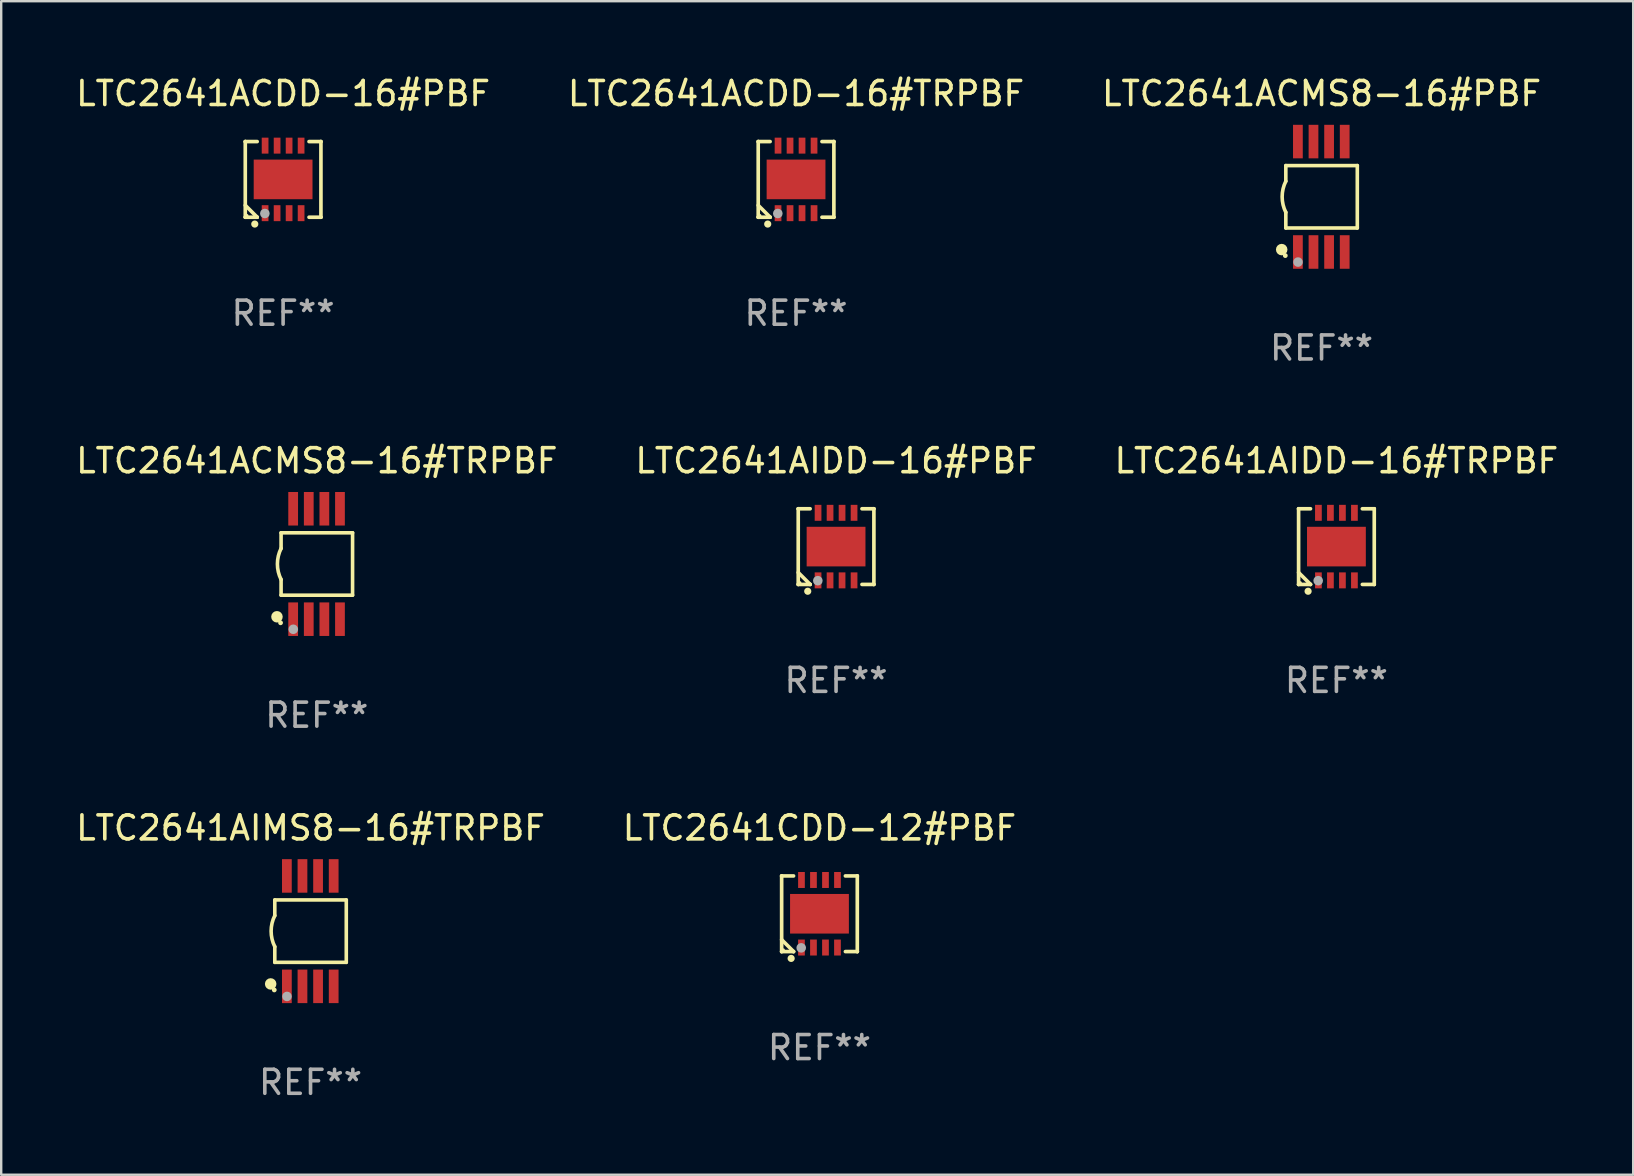
<source format=kicad_pcb>
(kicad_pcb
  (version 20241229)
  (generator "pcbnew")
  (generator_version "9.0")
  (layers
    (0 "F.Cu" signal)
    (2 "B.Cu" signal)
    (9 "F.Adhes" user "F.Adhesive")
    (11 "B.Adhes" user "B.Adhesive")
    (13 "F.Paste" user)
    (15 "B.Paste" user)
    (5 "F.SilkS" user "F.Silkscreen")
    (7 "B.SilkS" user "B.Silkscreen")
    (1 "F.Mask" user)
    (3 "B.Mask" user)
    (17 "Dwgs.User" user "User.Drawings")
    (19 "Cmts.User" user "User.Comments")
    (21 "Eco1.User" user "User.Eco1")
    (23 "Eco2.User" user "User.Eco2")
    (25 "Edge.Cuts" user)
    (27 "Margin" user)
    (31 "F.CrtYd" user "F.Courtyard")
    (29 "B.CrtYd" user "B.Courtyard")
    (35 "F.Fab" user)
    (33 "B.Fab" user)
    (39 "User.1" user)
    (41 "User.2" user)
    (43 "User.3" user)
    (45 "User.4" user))
  (footprint "LTC2641AIMS8-16#TRPBF"
    (layer "F.Cu")
    (at 9.887 35.741)
    (property "Reference" "LTC2641AIMS8-16#TRPBF" (at 0 -4.3 0) (layer "F.SilkS") (effects (font (size 1 1) (thickness 0.15))))
    (attr through_hole)
    (fp_line (start -1.489 -1.3) (end -1.489 -0.648) (stroke (width 0.15) (type solid)) (layer "F.SilkS"))
    (fp_line (start -1.489 0.648) (end -1.489 1.3) (stroke (width 0.15) (type solid)) (layer "F.SilkS"))
    (fp_line (start -1.489 1.3) (end 1.489 1.3) (stroke (width 0.15) (type solid)) (layer "F.SilkS"))
    (fp_line (start 1.489 -1.3) (end -1.489 -1.3) (stroke (width 0.15) (type solid)) (layer "F.SilkS"))
    (fp_line (start 1.489 1.3) (end 1.489 -1.3) (stroke (width 0.15) (type solid)) (layer "F.SilkS"))
    (fp_arc (start -1.489205 0.647702) (mid -1.642107 0) (end -1.489205 -0.647701) (stroke (width 0.150013) (type solid)) (layer "F.SilkS"))
    (fp_circle (center -1.661 2.2) (end -1.541 2.2) (stroke (width 0.24) (type solid)) (fill no) (layer "F.SilkS"))
    (fp_circle (center -1.511 2.45) (end -1.461 2.45) (stroke (width 0.1) (type solid)) (fill no) (layer "F.SilkS"))
    (fp_circle (center -0.981 2.72) (end -0.881 2.72) (stroke (width 0.2) (type solid)) (fill no) (layer "F.Fab"))
    (fp_text user "REF**" (at 0 6.3 0) (layer "F.Fab") (effects (font (size 1 1) (thickness 0.15))))
    (pad "1" smd rect (at -0.986 2.3) (size 0.406 1.397) (layers "F.Cu" "F.Mask" "F.Paste"))
    (pad "2" smd rect (at -0.336 2.3) (size 0.406 1.397) (layers "F.Cu" "F.Mask" "F.Paste"))
    (pad "3" smd rect (at 0.314 2.3) (size 0.406 1.397) (layers "F.Cu" "F.Mask" "F.Paste"))
    (pad "4" smd rect (at 0.964 2.3) (size 0.406 1.397) (layers "F.Cu" "F.Mask" "F.Paste"))
    (pad "5" smd rect (at 0.964 -2.3) (size 0.406 1.397) (layers "F.Cu" "F.Mask" "F.Paste"))
    (pad "6" smd rect (at 0.314 -2.3) (size 0.406 1.397) (layers "F.Cu" "F.Mask" "F.Paste"))
    (pad "7" smd rect (at -0.336 -2.3) (size 0.406 1.397) (layers "F.Cu" "F.Mask" "F.Paste"))
    (pad "8" smd rect (at -0.986 -2.3) (size 0.406 1.397) (layers "F.Cu" "F.Mask" "F.Paste")))
  (footprint "LTC2641ACDD-16#PBF"
    (layer "F.Cu")
    (at 8.744 4.424)
    (property "Reference" "LTC2641ACDD-16#PBF" (at 0 -3.576 0) (layer "F.SilkS") (effects (font (size 1 1) (thickness 0.15))))
    (attr through_hole)
    (fp_line (start -1.576 -1.576) (end -1.576 -1.576) (stroke (width 0.152) (type solid)) (layer "F.SilkS"))
    (fp_line (start -1.576 -1.576) (end -1.08 -1.576) (stroke (width 0.152) (type solid)) (layer "F.SilkS"))
    (fp_line (start -1.576 1.576) (end -1.576 -1.576) (stroke (width 0.152) (type solid)) (layer "F.SilkS"))
    (fp_line (start -1.576 1.576) (end -1.576 1.576) (stroke (width 0.152) (type solid)) (layer "F.SilkS"))
    (fp_line (start -1.08 1.575) (end -1.576 1.079) (stroke (width 0.152) (type solid)) (layer "F.SilkS"))
    (fp_line (start -1.08 1.576) (end -1.576 1.576) (stroke (width 0.152) (type solid)) (layer "F.SilkS"))
    (fp_line (start -1.08 1.576) (end -1.08 1.575) (stroke (width 0.152) (type solid)) (layer "F.SilkS"))
    (fp_line (start 1.08 1.576) (end 1.576 1.576) (stroke (width 0.152) (type solid)) (layer "F.SilkS"))
    (fp_line (start 1.576 -1.576) (end 1.08 -1.576) (stroke (width 0.152) (type solid)) (layer "F.SilkS"))
    (fp_line (start 1.576 -1.576) (end 1.576 -1.576) (stroke (width 0.152) (type solid)) (layer "F.SilkS"))
    (fp_line (start 1.576 1.576) (end 1.576 -1.576) (stroke (width 0.152) (type solid)) (layer "F.SilkS"))
    (fp_line (start 1.576 1.576) (end 1.576 1.576) (stroke (width 0.152) (type solid)) (layer "F.SilkS"))
    (fp_circle (center -1.5 1.5) (end -1.47 1.5) (stroke (width 0.06) (type solid)) (fill no) (layer "F.SilkS"))
    (fp_circle (center -1.18 1.86) (end -1.105 1.86) (stroke (width 0.15) (type solid)) (fill no) (layer "F.SilkS"))
    (fp_circle (center -0.76 1.42) (end -0.66 1.42) (stroke (width 0.2) (type solid)) (fill no) (layer "F.Fab"))
    (fp_text user "REF**" (at 0 5.576 0) (layer "F.Fab") (effects (font (size 1 1) (thickness 0.15))))
    (pad "1" smd rect (at -0.75 1.407) (size 0.28 0.665) (layers "F.Cu" "F.Mask" "F.Paste"))
    (pad "2" smd rect (at -0.25 1.407) (size 0.28 0.665) (layers "F.Cu" "F.Mask" "F.Paste"))
    (pad "3" smd rect (at 0.25 1.407) (size 0.28 0.665) (layers "F.Cu" "F.Mask" "F.Paste"))
    (pad "4" smd rect (at 0.75 1.407) (size 0.28 0.665) (layers "F.Cu" "F.Mask" "F.Paste"))
    (pad "5" smd rect (at 0.75 -1.407) (size 0.28 0.665) (layers "F.Cu" "F.Mask" "F.Paste"))
    (pad "6" smd rect (at 0.25 -1.407) (size 0.28 0.665) (layers "F.Cu" "F.Mask" "F.Paste"))
    (pad "7" smd rect (at -0.25 -1.407) (size 0.28 0.665) (layers "F.Cu" "F.Mask" "F.Paste"))
    (pad "8" smd rect (at -0.75 -1.407) (size 0.28 0.665) (layers "F.Cu" "F.Mask" "F.Paste"))
    (pad "9" smd rect (at 0 0) (size 2.45 1.65) (layers "F.Cu" "F.Mask" "F.Paste")))
  (footprint "LTC2641ACDD-16#TRPBF"
    (layer "F.Cu")
    (at 30.113 4.424)
    (property "Reference" "LTC2641ACDD-16#TRPBF" (at 0 -3.576 0) (layer "F.SilkS") (effects (font (size 1 1) (thickness 0.15))))
    (attr through_hole)
    (fp_line (start -1.576 -1.576) (end -1.576 -1.576) (stroke (width 0.152) (type solid)) (layer "F.SilkS"))
    (fp_line (start -1.576 -1.576) (end -1.08 -1.576) (stroke (width 0.152) (type solid)) (layer "F.SilkS"))
    (fp_line (start -1.576 1.576) (end -1.576 -1.576) (stroke (width 0.152) (type solid)) (layer "F.SilkS"))
    (fp_line (start -1.576 1.576) (end -1.576 1.576) (stroke (width 0.152) (type solid)) (layer "F.SilkS"))
    (fp_line (start -1.08 1.575) (end -1.576 1.079) (stroke (width 0.152) (type solid)) (layer "F.SilkS"))
    (fp_line (start -1.08 1.576) (end -1.576 1.576) (stroke (width 0.152) (type solid)) (layer "F.SilkS"))
    (fp_line (start -1.08 1.576) (end -1.08 1.575) (stroke (width 0.152) (type solid)) (layer "F.SilkS"))
    (fp_line (start 1.08 1.576) (end 1.576 1.576) (stroke (width 0.152) (type solid)) (layer "F.SilkS"))
    (fp_line (start 1.576 -1.576) (end 1.08 -1.576) (stroke (width 0.152) (type solid)) (layer "F.SilkS"))
    (fp_line (start 1.576 -1.576) (end 1.576 -1.576) (stroke (width 0.152) (type solid)) (layer "F.SilkS"))
    (fp_line (start 1.576 1.576) (end 1.576 -1.576) (stroke (width 0.152) (type solid)) (layer "F.SilkS"))
    (fp_line (start 1.576 1.576) (end 1.576 1.576) (stroke (width 0.152) (type solid)) (layer "F.SilkS"))
    (fp_circle (center -1.5 1.5) (end -1.47 1.5) (stroke (width 0.06) (type solid)) (fill no) (layer "F.SilkS"))
    (fp_circle (center -1.18 1.86) (end -1.105 1.86) (stroke (width 0.15) (type solid)) (fill no) (layer "F.SilkS"))
    (fp_circle (center -0.76 1.42) (end -0.66 1.42) (stroke (width 0.2) (type solid)) (fill no) (layer "F.Fab"))
    (fp_text user "REF**" (at 0 5.576 0) (layer "F.Fab") (effects (font (size 1 1) (thickness 0.15))))
    (pad "1" smd rect (at -0.75 1.407) (size 0.28 0.665) (layers "F.Cu" "F.Mask" "F.Paste"))
    (pad "2" smd rect (at -0.25 1.407) (size 0.28 0.665) (layers "F.Cu" "F.Mask" "F.Paste"))
    (pad "3" smd rect (at 0.25 1.407) (size 0.28 0.665) (layers "F.Cu" "F.Mask" "F.Paste"))
    (pad "4" smd rect (at 0.75 1.407) (size 0.28 0.665) (layers "F.Cu" "F.Mask" "F.Paste"))
    (pad "5" smd rect (at 0.75 -1.407) (size 0.28 0.665) (layers "F.Cu" "F.Mask" "F.Paste"))
    (pad "6" smd rect (at 0.25 -1.407) (size 0.28 0.665) (layers "F.Cu" "F.Mask" "F.Paste"))
    (pad "7" smd rect (at -0.25 -1.407) (size 0.28 0.665) (layers "F.Cu" "F.Mask" "F.Paste"))
    (pad "8" smd rect (at -0.75 -1.407) (size 0.28 0.665) (layers "F.Cu" "F.Mask" "F.Paste"))
    (pad "9" smd rect (at 0 0) (size 2.45 1.65) (layers "F.Cu" "F.Mask" "F.Paste")))
  (footprint "LTC2641AIDD-16#PBF"
    (layer "F.Cu")
    (at 31.78 19.721)
    (property "Reference" "LTC2641AIDD-16#PBF" (at 0 -3.576 0) (layer "F.SilkS") (effects (font (size 1 1) (thickness 0.15))))
    (attr through_hole)
    (fp_line (start -1.576 -1.576) (end -1.576 -1.576) (stroke (width 0.152) (type solid)) (layer "F.SilkS"))
    (fp_line (start -1.576 -1.576) (end -1.08 -1.576) (stroke (width 0.152) (type solid)) (layer "F.SilkS"))
    (fp_line (start -1.576 1.576) (end -1.576 -1.576) (stroke (width 0.152) (type solid)) (layer "F.SilkS"))
    (fp_line (start -1.576 1.576) (end -1.576 1.576) (stroke (width 0.152) (type solid)) (layer "F.SilkS"))
    (fp_line (start -1.08 1.575) (end -1.576 1.079) (stroke (width 0.152) (type solid)) (layer "F.SilkS"))
    (fp_line (start -1.08 1.576) (end -1.576 1.576) (stroke (width 0.152) (type solid)) (layer "F.SilkS"))
    (fp_line (start -1.08 1.576) (end -1.08 1.575) (stroke (width 0.152) (type solid)) (layer "F.SilkS"))
    (fp_line (start 1.08 1.576) (end 1.576 1.576) (stroke (width 0.152) (type solid)) (layer "F.SilkS"))
    (fp_line (start 1.576 -1.576) (end 1.08 -1.576) (stroke (width 0.152) (type solid)) (layer "F.SilkS"))
    (fp_line (start 1.576 -1.576) (end 1.576 -1.576) (stroke (width 0.152) (type solid)) (layer "F.SilkS"))
    (fp_line (start 1.576 1.576) (end 1.576 -1.576) (stroke (width 0.152) (type solid)) (layer "F.SilkS"))
    (fp_line (start 1.576 1.576) (end 1.576 1.576) (stroke (width 0.152) (type solid)) (layer "F.SilkS"))
    (fp_circle (center -1.5 1.5) (end -1.47 1.5) (stroke (width 0.06) (type solid)) (fill no) (layer "F.SilkS"))
    (fp_circle (center -1.18 1.86) (end -1.105 1.86) (stroke (width 0.15) (type solid)) (fill no) (layer "F.SilkS"))
    (fp_circle (center -0.76 1.42) (end -0.66 1.42) (stroke (width 0.2) (type solid)) (fill no) (layer "F.Fab"))
    (fp_text user "REF**" (at 0 5.576 0) (layer "F.Fab") (effects (font (size 1 1) (thickness 0.15))))
    (pad "1" smd rect (at -0.75 1.407) (size 0.28 0.665) (layers "F.Cu" "F.Mask" "F.Paste"))
    (pad "2" smd rect (at -0.25 1.407) (size 0.28 0.665) (layers "F.Cu" "F.Mask" "F.Paste"))
    (pad "3" smd rect (at 0.25 1.407) (size 0.28 0.665) (layers "F.Cu" "F.Mask" "F.Paste"))
    (pad "4" smd rect (at 0.75 1.407) (size 0.28 0.665) (layers "F.Cu" "F.Mask" "F.Paste"))
    (pad "5" smd rect (at 0.75 -1.407) (size 0.28 0.665) (layers "F.Cu" "F.Mask" "F.Paste"))
    (pad "6" smd rect (at 0.25 -1.407) (size 0.28 0.665) (layers "F.Cu" "F.Mask" "F.Paste"))
    (pad "7" smd rect (at -0.25 -1.407) (size 0.28 0.665) (layers "F.Cu" "F.Mask" "F.Paste"))
    (pad "8" smd rect (at -0.75 -1.407) (size 0.28 0.665) (layers "F.Cu" "F.Mask" "F.Paste"))
    (pad "9" smd rect (at 0 0) (size 2.45 1.65) (layers "F.Cu" "F.Mask" "F.Paste")))
  (footprint "LTC2641AIDD-16#TRPBF"
    (layer "F.Cu")
    (at 52.625 19.721)
    (property "Reference" "LTC2641AIDD-16#TRPBF" (at 0 -3.576 0) (layer "F.SilkS") (effects (font (size 1 1) (thickness 0.15))))
    (attr through_hole)
    (fp_line (start -1.576 -1.576) (end -1.576 -1.576) (stroke (width 0.152) (type solid)) (layer "F.SilkS"))
    (fp_line (start -1.576 -1.576) (end -1.08 -1.576) (stroke (width 0.152) (type solid)) (layer "F.SilkS"))
    (fp_line (start -1.576 1.576) (end -1.576 -1.576) (stroke (width 0.152) (type solid)) (layer "F.SilkS"))
    (fp_line (start -1.576 1.576) (end -1.576 1.576) (stroke (width 0.152) (type solid)) (layer "F.SilkS"))
    (fp_line (start -1.08 1.575) (end -1.576 1.079) (stroke (width 0.152) (type solid)) (layer "F.SilkS"))
    (fp_line (start -1.08 1.576) (end -1.576 1.576) (stroke (width 0.152) (type solid)) (layer "F.SilkS"))
    (fp_line (start -1.08 1.576) (end -1.08 1.575) (stroke (width 0.152) (type solid)) (layer "F.SilkS"))
    (fp_line (start 1.08 1.576) (end 1.576 1.576) (stroke (width 0.152) (type solid)) (layer "F.SilkS"))
    (fp_line (start 1.576 -1.576) (end 1.08 -1.576) (stroke (width 0.152) (type solid)) (layer "F.SilkS"))
    (fp_line (start 1.576 -1.576) (end 1.576 -1.576) (stroke (width 0.152) (type solid)) (layer "F.SilkS"))
    (fp_line (start 1.576 1.576) (end 1.576 -1.576) (stroke (width 0.152) (type solid)) (layer "F.SilkS"))
    (fp_line (start 1.576 1.576) (end 1.576 1.576) (stroke (width 0.152) (type solid)) (layer "F.SilkS"))
    (fp_circle (center -1.5 1.5) (end -1.47 1.5) (stroke (width 0.06) (type solid)) (fill no) (layer "F.SilkS"))
    (fp_circle (center -1.18 1.86) (end -1.105 1.86) (stroke (width 0.15) (type solid)) (fill no) (layer "F.SilkS"))
    (fp_circle (center -0.76 1.42) (end -0.66 1.42) (stroke (width 0.2) (type solid)) (fill no) (layer "F.Fab"))
    (fp_text user "REF**" (at 0 5.576 0) (layer "F.Fab") (effects (font (size 1 1) (thickness 0.15))))
    (pad "1" smd rect (at -0.75 1.407) (size 0.28 0.665) (layers "F.Cu" "F.Mask" "F.Paste"))
    (pad "2" smd rect (at -0.25 1.407) (size 0.28 0.665) (layers "F.Cu" "F.Mask" "F.Paste"))
    (pad "3" smd rect (at 0.25 1.407) (size 0.28 0.665) (layers "F.Cu" "F.Mask" "F.Paste"))
    (pad "4" smd rect (at 0.75 1.407) (size 0.28 0.665) (layers "F.Cu" "F.Mask" "F.Paste"))
    (pad "5" smd rect (at 0.75 -1.407) (size 0.28 0.665) (layers "F.Cu" "F.Mask" "F.Paste"))
    (pad "6" smd rect (at 0.25 -1.407) (size 0.28 0.665) (layers "F.Cu" "F.Mask" "F.Paste"))
    (pad "7" smd rect (at -0.25 -1.407) (size 0.28 0.665) (layers "F.Cu" "F.Mask" "F.Paste"))
    (pad "8" smd rect (at -0.75 -1.407) (size 0.28 0.665) (layers "F.Cu" "F.Mask" "F.Paste"))
    (pad "9" smd rect (at 0 0) (size 2.45 1.65) (layers "F.Cu" "F.Mask" "F.Paste")))
  (footprint "LTC2641ACMS8-16#PBF"
    (layer "F.Cu")
    (at 52.006 5.148)
    (property "Reference" "LTC2641ACMS8-16#PBF" (at 0 -4.3 0) (layer "F.SilkS") (effects (font (size 1 1) (thickness 0.15))))
    (attr through_hole)
    (fp_line (start -1.489 -1.3) (end -1.489 -0.648) (stroke (width 0.15) (type solid)) (layer "F.SilkS"))
    (fp_line (start -1.489 0.648) (end -1.489 1.3) (stroke (width 0.15) (type solid)) (layer "F.SilkS"))
    (fp_line (start -1.489 1.3) (end 1.489 1.3) (stroke (width 0.15) (type solid)) (layer "F.SilkS"))
    (fp_line (start 1.489 -1.3) (end -1.489 -1.3) (stroke (width 0.15) (type solid)) (layer "F.SilkS"))
    (fp_line (start 1.489 1.3) (end 1.489 -1.3) (stroke (width 0.15) (type solid)) (layer "F.SilkS"))
    (fp_arc (start -1.489205 0.647702) (mid -1.642107 0) (end -1.489205 -0.647701) (stroke (width 0.150013) (type solid)) (layer "F.SilkS"))
    (fp_circle (center -1.661 2.2) (end -1.541 2.2) (stroke (width 0.24) (type solid)) (fill no) (layer "F.SilkS"))
    (fp_circle (center -1.511 2.45) (end -1.461 2.45) (stroke (width 0.1) (type solid)) (fill no) (layer "F.SilkS"))
    (fp_circle (center -0.981 2.72) (end -0.881 2.72) (stroke (width 0.2) (type solid)) (fill no) (layer "F.Fab"))
    (fp_text user "REF**" (at 0 6.3 0) (layer "F.Fab") (effects (font (size 1 1) (thickness 0.15))))
    (pad "1" smd rect (at -0.986 2.3) (size 0.406 1.397) (layers "F.Cu" "F.Mask" "F.Paste"))
    (pad "2" smd rect (at -0.336 2.3) (size 0.406 1.397) (layers "F.Cu" "F.Mask" "F.Paste"))
    (pad "3" smd rect (at 0.314 2.3) (size 0.406 1.397) (layers "F.Cu" "F.Mask" "F.Paste"))
    (pad "4" smd rect (at 0.964 2.3) (size 0.406 1.397) (layers "F.Cu" "F.Mask" "F.Paste"))
    (pad "5" smd rect (at 0.964 -2.3) (size 0.406 1.397) (layers "F.Cu" "F.Mask" "F.Paste"))
    (pad "6" smd rect (at 0.314 -2.3) (size 0.406 1.397) (layers "F.Cu" "F.Mask" "F.Paste"))
    (pad "7" smd rect (at -0.336 -2.3) (size 0.406 1.397) (layers "F.Cu" "F.Mask" "F.Paste"))
    (pad "8" smd rect (at -0.986 -2.3) (size 0.406 1.397) (layers "F.Cu" "F.Mask" "F.Paste")))
  (footprint "LTC2641ACMS8-16#TRPBF"
    (layer "F.Cu")
    (at 10.149 20.445)
    (property "Reference" "LTC2641ACMS8-16#TRPBF" (at 0 -4.3 0) (layer "F.SilkS") (effects (font (size 1 1) (thickness 0.15))))
    (attr through_hole)
    (fp_line (start -1.489 -1.3) (end -1.489 -0.648) (stroke (width 0.15) (type solid)) (layer "F.SilkS"))
    (fp_line (start -1.489 0.648) (end -1.489 1.3) (stroke (width 0.15) (type solid)) (layer "F.SilkS"))
    (fp_line (start -1.489 1.3) (end 1.489 1.3) (stroke (width 0.15) (type solid)) (layer "F.SilkS"))
    (fp_line (start 1.489 -1.3) (end -1.489 -1.3) (stroke (width 0.15) (type solid)) (layer "F.SilkS"))
    (fp_line (start 1.489 1.3) (end 1.489 -1.3) (stroke (width 0.15) (type solid)) (layer "F.SilkS"))
    (fp_arc (start -1.489205 0.647702) (mid -1.642107 0) (end -1.489205 -0.647701) (stroke (width 0.150013) (type solid)) (layer "F.SilkS"))
    (fp_circle (center -1.661 2.2) (end -1.541 2.2) (stroke (width 0.24) (type solid)) (fill no) (layer "F.SilkS"))
    (fp_circle (center -1.511 2.45) (end -1.461 2.45) (stroke (width 0.1) (type solid)) (fill no) (layer "F.SilkS"))
    (fp_circle (center -0.981 2.72) (end -0.881 2.72) (stroke (width 0.2) (type solid)) (fill no) (layer "F.Fab"))
    (fp_text user "REF**" (at 0 6.3 0) (layer "F.Fab") (effects (font (size 1 1) (thickness 0.15))))
    (pad "1" smd rect (at -0.986 2.3) (size 0.406 1.397) (layers "F.Cu" "F.Mask" "F.Paste"))
    (pad "2" smd rect (at -0.336 2.3) (size 0.406 1.397) (layers "F.Cu" "F.Mask" "F.Paste"))
    (pad "3" smd rect (at 0.314 2.3) (size 0.406 1.397) (layers "F.Cu" "F.Mask" "F.Paste"))
    (pad "4" smd rect (at 0.964 2.3) (size 0.406 1.397) (layers "F.Cu" "F.Mask" "F.Paste"))
    (pad "5" smd rect (at 0.964 -2.3) (size 0.406 1.397) (layers "F.Cu" "F.Mask" "F.Paste"))
    (pad "6" smd rect (at 0.314 -2.3) (size 0.406 1.397) (layers "F.Cu" "F.Mask" "F.Paste"))
    (pad "7" smd rect (at -0.336 -2.3) (size 0.406 1.397) (layers "F.Cu" "F.Mask" "F.Paste"))
    (pad "8" smd rect (at -0.986 -2.3) (size 0.406 1.397) (layers "F.Cu" "F.Mask" "F.Paste")))
  (footprint "LTC2641CDD-12#PBF"
    (layer "F.Cu")
    (at 31.089 35.017)
    (property "Reference" "LTC2641CDD-12#PBF" (at 0 -3.576 0) (layer "F.SilkS") (effects (font (size 1 1) (thickness 0.15))))
    (attr through_hole)
    (fp_line (start -1.576 -1.576) (end -1.576 -1.576) (stroke (width 0.152) (type solid)) (layer "F.SilkS"))
    (fp_line (start -1.576 -1.576) (end -1.08 -1.576) (stroke (width 0.152) (type solid)) (layer "F.SilkS"))
    (fp_line (start -1.576 1.576) (end -1.576 -1.576) (stroke (width 0.152) (type solid)) (layer "F.SilkS"))
    (fp_line (start -1.576 1.576) (end -1.576 1.576) (stroke (width 0.152) (type solid)) (layer "F.SilkS"))
    (fp_line (start -1.08 1.575) (end -1.576 1.079) (stroke (width 0.152) (type solid)) (layer "F.SilkS"))
    (fp_line (start -1.08 1.576) (end -1.576 1.576) (stroke (width 0.152) (type solid)) (layer "F.SilkS"))
    (fp_line (start -1.08 1.576) (end -1.08 1.575) (stroke (width 0.152) (type solid)) (layer "F.SilkS"))
    (fp_line (start 1.08 1.576) (end 1.576 1.576) (stroke (width 0.152) (type solid)) (layer "F.SilkS"))
    (fp_line (start 1.576 -1.576) (end 1.08 -1.576) (stroke (width 0.152) (type solid)) (layer "F.SilkS"))
    (fp_line (start 1.576 -1.576) (end 1.576 -1.576) (stroke (width 0.152) (type solid)) (layer "F.SilkS"))
    (fp_line (start 1.576 1.576) (end 1.576 -1.576) (stroke (width 0.152) (type solid)) (layer "F.SilkS"))
    (fp_line (start 1.576 1.576) (end 1.576 1.576) (stroke (width 0.152) (type solid)) (layer "F.SilkS"))
    (fp_circle (center -1.5 1.5) (end -1.47 1.5) (stroke (width 0.06) (type solid)) (fill no) (layer "F.SilkS"))
    (fp_circle (center -1.18 1.86) (end -1.105 1.86) (stroke (width 0.15) (type solid)) (fill no) (layer "F.SilkS"))
    (fp_circle (center -0.76 1.42) (end -0.66 1.42) (stroke (width 0.2) (type solid)) (fill no) (layer "F.Fab"))
    (fp_text user "REF**" (at 0 5.576 0) (layer "F.Fab") (effects (font (size 1 1) (thickness 0.15))))
    (pad "1" smd rect (at -0.75 1.407) (size 0.28 0.665) (layers "F.Cu" "F.Mask" "F.Paste"))
    (pad "2" smd rect (at -0.25 1.407) (size 0.28 0.665) (layers "F.Cu" "F.Mask" "F.Paste"))
    (pad "3" smd rect (at 0.25 1.407) (size 0.28 0.665) (layers "F.Cu" "F.Mask" "F.Paste"))
    (pad "4" smd rect (at 0.75 1.407) (size 0.28 0.665) (layers "F.Cu" "F.Mask" "F.Paste"))
    (pad "5" smd rect (at 0.75 -1.407) (size 0.28 0.665) (layers "F.Cu" "F.Mask" "F.Paste"))
    (pad "6" smd rect (at 0.25 -1.407) (size 0.28 0.665) (layers "F.Cu" "F.Mask" "F.Paste"))
    (pad "7" smd rect (at -0.25 -1.407) (size 0.28 0.665) (layers "F.Cu" "F.Mask" "F.Paste"))
    (pad "8" smd rect (at -0.75 -1.407) (size 0.28 0.665) (layers "F.Cu" "F.Mask" "F.Paste"))
    (pad "9" smd rect (at 0 0) (size 2.45 1.65) (layers "F.Cu" "F.Mask" "F.Paste")))
  (gr_rect
    (start -3 -3)
    (end 64.988 45.889)
    (stroke (width 0.1) (type default))
    (fill no)
    (layer "Edge.Cuts")))
</source>
